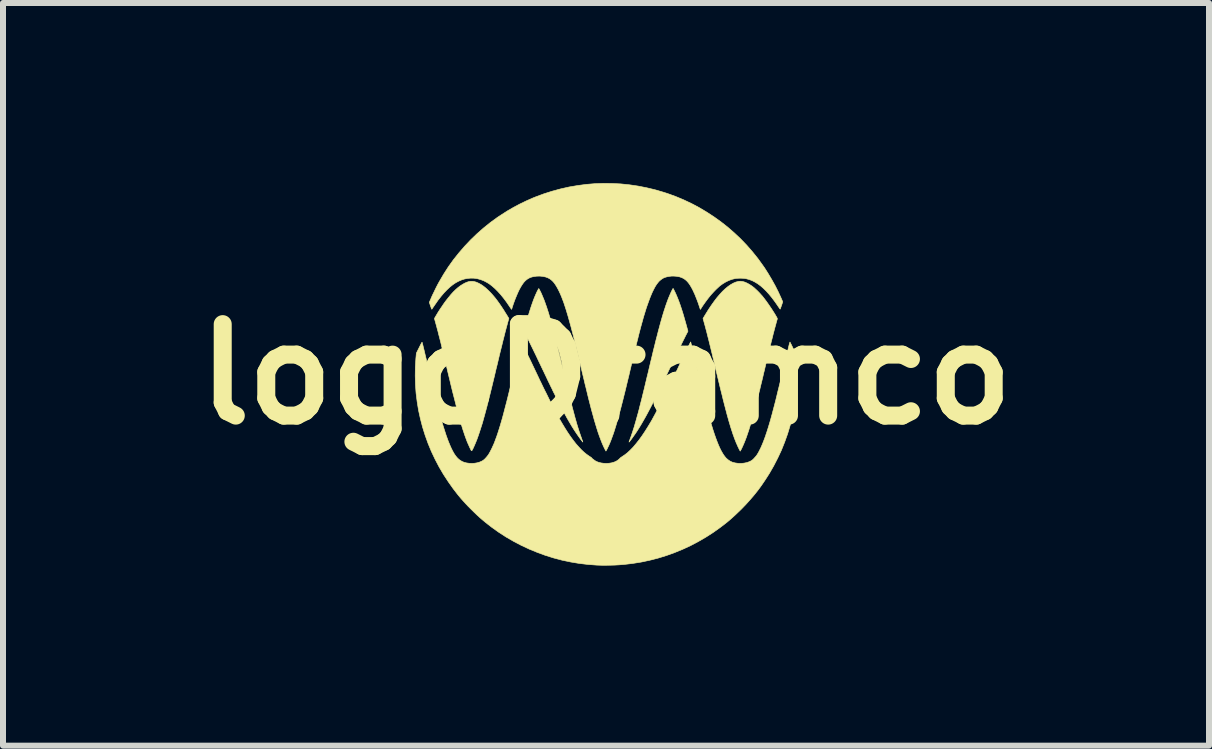
<source format=kicad_pcb>
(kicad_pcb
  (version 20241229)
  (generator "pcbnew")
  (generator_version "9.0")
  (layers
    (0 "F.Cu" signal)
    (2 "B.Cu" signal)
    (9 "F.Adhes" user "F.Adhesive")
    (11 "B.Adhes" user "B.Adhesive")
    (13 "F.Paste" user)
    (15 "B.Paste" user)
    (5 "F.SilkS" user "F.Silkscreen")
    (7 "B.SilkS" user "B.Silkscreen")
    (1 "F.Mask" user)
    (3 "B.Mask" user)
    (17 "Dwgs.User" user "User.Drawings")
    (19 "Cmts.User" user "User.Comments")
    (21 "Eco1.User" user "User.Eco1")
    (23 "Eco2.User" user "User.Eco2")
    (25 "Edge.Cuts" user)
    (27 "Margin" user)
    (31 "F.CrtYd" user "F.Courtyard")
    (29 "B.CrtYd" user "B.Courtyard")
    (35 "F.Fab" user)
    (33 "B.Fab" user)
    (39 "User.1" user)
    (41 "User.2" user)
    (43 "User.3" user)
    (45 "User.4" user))
  (footprint "logoDramco"
    (layer "F.Cu")
    (at 7.047 3.185)
    (property "Reference" "logoDramco" (at 0 0 0) (layer "F.SilkS") (effects (font (size 1.524 1.524) (thickness 0.3))))
    (attr through_hole)
    (fp_poly (pts (xy 1.122 -1.422) (xy 1.125 -1.416) (xy 1.131 -1.406) (xy 1.138 -1.391) (xy 1.146 -1.375) (xy 1.151 -1.365) (xy 1.171 -1.321) (xy 1.191 -1.273) (xy 1.212 -1.22) (xy 1.233 -1.162) (xy 1.254 -1.099) (xy 1.276 -1.031) (xy 1.298 -0.957) (xy 1.321 -0.876) (xy 1.338 -0.816) (xy 1.365 -0.717) (xy 1.322 -0.634) (xy 1.305 -0.599) (xy 1.285 -0.56) (xy 1.265 -0.519) (xy 1.242 -0.473) (xy 1.218 -0.423) (xy 1.192 -0.369) (xy 1.163 -0.31) (xy 1.133 -0.246) (xy 1.1 -0.177) (xy 1.064 -0.102) (xy 1.048 -0.069) (xy 1 0.032) (xy 0.954 0.128) (xy 0.91 0.218) (xy 0.869 0.302) (xy 0.83 0.382) (xy 0.792 0.456) (xy 0.756 0.526) (xy 0.722 0.591) (xy 0.689 0.653) (xy 0.658 0.71) (xy 0.627 0.764) (xy 0.598 0.815) (xy 0.57 0.862) (xy 0.542 0.907) (xy 0.515 0.95) (xy 0.488 0.99) (xy 0.461 1.028) (xy 0.435 1.065) (xy 0.421 1.084) (xy 0.407 1.102) (xy 0.397 1.115) (xy 0.39 1.124) (xy 0.385 1.129) (xy 0.383 1.13) (xy 0.383 1.129) (xy 0.384 1.126) (xy 0.386 1.121) (xy 0.39 1.11) (xy 0.395 1.096) (xy 0.401 1.078) (xy 0.408 1.06) (xy 0.42 1.026) (xy 0.432 0.991) (xy 0.444 0.955) (xy 0.456 0.917) (xy 0.469 0.878) (xy 0.481 0.836) (xy 0.494 0.792) (xy 0.507 0.745) (xy 0.521 0.695) (xy 0.536 0.642) (xy 0.551 0.585) (xy 0.566 0.524) (xy 0.583 0.458) (xy 0.601 0.388) (xy 0.619 0.313) (xy 0.639 0.233) (xy 0.659 0.148) (xy 0.681 0.056) (xy 0.705 -0.041) (xy 0.718 -0.098) (xy 0.743 -0.203) (xy 0.767 -0.302) (xy 0.789 -0.395) (xy 0.811 -0.482) (xy 0.831 -0.564) (xy 0.851 -0.64) (xy 0.869 -0.711) (xy 0.887 -0.778) (xy 0.904 -0.841) (xy 0.92 -0.899) (xy 0.936 -0.954) (xy 0.951 -1.005) (xy 0.966 -1.054) (xy 0.981 -1.099) (xy 0.995 -1.142) (xy 1.009 -1.182) (xy 1.023 -1.22) (xy 1.032 -1.245) (xy 1.043 -1.273) (xy 1.056 -1.303) (xy 1.068 -1.332) (xy 1.08 -1.359) (xy 1.091 -1.383) (xy 1.101 -1.402) (xy 1.106 -1.412) (xy 1.117 -1.43) (xy 1.122 -1.422)) (stroke (width 0.01) (type solid)) (fill yes) (layer "F.SilkS"))
    (fp_poly (pts (xy -1.119 -1.425) (xy -1.114 -1.418) (xy -1.107 -1.405) (xy -1.099 -1.389) (xy -1.089 -1.37) (xy -1.079 -1.349) (xy -1.069 -1.326) (xy -1.059 -1.302) (xy -1.049 -1.278) (xy -1.042 -1.262) (xy -1.029 -1.229) (xy -1.017 -1.196) (xy -1.005 -1.161) (xy -0.992 -1.126) (xy -0.98 -1.088) (xy -0.967 -1.049) (xy -0.954 -1.007) (xy -0.941 -0.962) (xy -0.927 -0.915) (xy -0.913 -0.865) (xy -0.898 -0.811) (xy -0.883 -0.753) (xy -0.867 -0.692) (xy -0.85 -0.626) (xy -0.832 -0.555) (xy -0.813 -0.479) (xy -0.794 -0.399) (xy -0.773 -0.312) (xy -0.75 -0.22) (xy -0.727 -0.122) (xy -0.708 -0.042) (xy -0.684 0.059) (xy -0.661 0.155) (xy -0.639 0.244) (xy -0.618 0.328) (xy -0.599 0.406) (xy -0.58 0.479) (xy -0.563 0.548) (xy -0.546 0.612) (xy -0.53 0.672) (xy -0.515 0.728) (xy -0.5 0.78) (xy -0.486 0.83) (xy -0.472 0.876) (xy -0.458 0.92) (xy -0.445 0.961) (xy -0.431 1.001) (xy -0.418 1.039) (xy -0.405 1.075) (xy -0.404 1.078) (xy -0.398 1.095) (xy -0.393 1.11) (xy -0.389 1.121) (xy -0.387 1.128) (xy -0.387 1.13) (xy -0.389 1.127) (xy -0.395 1.121) (xy -0.403 1.11) (xy -0.413 1.097) (xy -0.424 1.083) (xy -0.46 1.033) (xy -0.496 0.981) (xy -0.533 0.925) (xy -0.57 0.866) (xy -0.608 0.802) (xy -0.647 0.735) (xy -0.687 0.662) (xy -0.729 0.585) (xy -0.772 0.502) (xy -0.817 0.413) (xy -0.841 0.364) (xy -0.856 0.334) (xy -0.871 0.305) (xy -0.885 0.277) (xy -0.898 0.248) (xy -0.912 0.22) (xy -0.927 0.19) (xy -0.942 0.158) (xy -0.959 0.124) (xy -0.976 0.088) (xy -0.995 0.047) (xy -1.016 0.003) (xy -1.039 -0.045) (xy -1.065 -0.099) (xy -1.085 -0.141) (xy -1.124 -0.222) (xy -1.16 -0.299) (xy -1.195 -0.371) (xy -1.227 -0.437) (xy -1.257 -0.498) (xy -1.284 -0.553) (xy -1.309 -0.602) (xy -1.318 -0.619) (xy -1.368 -0.718) (xy -1.35 -0.785) (xy -1.325 -0.874) (xy -1.301 -0.956) (xy -1.278 -1.032) (xy -1.256 -1.102) (xy -1.234 -1.167) (xy -1.213 -1.226) (xy -1.192 -1.28) (xy -1.171 -1.329) (xy -1.151 -1.373) (xy -1.145 -1.385) (xy -1.137 -1.4) (xy -1.13 -1.413) (xy -1.125 -1.422) (xy -1.122 -1.427) (xy -1.121 -1.427) (xy -1.119 -1.425)) (stroke (width 0.01) (type solid)) (fill yes) (layer "F.SilkS"))
    (fp_poly (pts (xy -2.193 -1.543) (xy -2.159 -1.533) (xy -2.124 -1.517) (xy -2.085 -1.496) (xy -2.08 -1.493) (xy -2.045 -1.469) (xy -2.008 -1.44) (xy -1.97 -1.405) (xy -1.93 -1.366) (xy -1.89 -1.322) (xy -1.849 -1.274) (xy -1.81 -1.223) (xy -1.795 -1.202) (xy -1.775 -1.174) (xy -1.753 -1.142) (xy -1.729 -1.106) (xy -1.704 -1.068) (xy -1.681 -1.03) (xy -1.658 -0.994) (xy -1.655 -0.989) (xy -1.619 -0.93) (xy -1.646 -0.831) (xy -1.657 -0.79) (xy -1.67 -0.742) (xy -1.684 -0.688) (xy -1.699 -0.628) (xy -1.716 -0.562) (xy -1.733 -0.492) (xy -1.752 -0.416) (xy -1.772 -0.336) (xy -1.792 -0.251) (xy -1.813 -0.162) (xy -1.836 -0.07) (xy -1.836 -0.069) (xy -1.858 0.026) (xy -1.88 0.116) (xy -1.9 0.199) (xy -1.919 0.277) (xy -1.937 0.35) (xy -1.954 0.418) (xy -1.97 0.481) (xy -1.985 0.54) (xy -2 0.596) (xy -2.014 0.648) (xy -2.027 0.696) (xy -2.04 0.742) (xy -2.052 0.786) (xy -2.064 0.827) (xy -2.077 0.867) (xy -2.089 0.905) (xy -2.101 0.942) (xy -2.104 0.952) (xy -2.128 1.023) (xy -2.151 1.087) (xy -2.174 1.144) (xy -2.196 1.195) (xy -2.216 1.239) (xy -2.225 1.255) (xy -2.231 1.267) (xy -2.236 1.274) (xy -2.24 1.275) (xy -2.245 1.271) (xy -2.251 1.262) (xy -2.258 1.246) (xy -2.267 1.229) (xy -2.281 1.198) (xy -2.296 1.165) (xy -2.311 1.131) (xy -2.325 1.094) (xy -2.34 1.054) (xy -2.355 1.012) (xy -2.37 0.967) (xy -2.386 0.919) (xy -2.402 0.867) (xy -2.419 0.812) (xy -2.436 0.752) (xy -2.453 0.689) (xy -2.472 0.62) (xy -2.491 0.547) (xy -2.511 0.469) (xy -2.532 0.386) (xy -2.555 0.297) (xy -2.578 0.203) (xy -2.602 0.102) (xy -2.628 -0.005) (xy -2.637 -0.042) (xy -2.657 -0.128) (xy -2.676 -0.208) (xy -2.694 -0.281) (xy -2.71 -0.35) (xy -2.726 -0.413) (xy -2.74 -0.472) (xy -2.753 -0.527) (xy -2.766 -0.578) (xy -2.778 -0.625) (xy -2.79 -0.67) (xy -2.8 -0.712) (xy -2.811 -0.752) (xy -2.821 -0.79) (xy -2.831 -0.827) (xy -2.841 -0.863) (xy -2.842 -0.866) (xy -2.859 -0.928) (xy -2.851 -0.943) (xy -2.838 -0.966) (xy -2.821 -0.994) (xy -2.802 -1.026) (xy -2.781 -1.059) (xy -2.759 -1.093) (xy -2.736 -1.126) (xy -2.715 -1.158) (xy -2.694 -1.188) (xy -2.676 -1.213) (xy -2.67 -1.221) (xy -2.626 -1.277) (xy -2.584 -1.328) (xy -2.544 -1.372) (xy -2.504 -1.411) (xy -2.465 -1.445) (xy -2.425 -1.475) (xy -2.385 -1.5) (xy -2.355 -1.517) (xy -2.321 -1.532) (xy -2.288 -1.543) (xy -2.256 -1.548) (xy -2.225 -1.548) (xy -2.193 -1.543)) (stroke (width 0.01) (type solid)) (fill yes) (layer "F.SilkS"))
    (fp_poly (pts (xy 2.276 -1.545) (xy 2.311 -1.535) (xy 2.348 -1.519) (xy 2.387 -1.498) (xy 2.427 -1.472) (xy 2.457 -1.449) (xy 2.473 -1.436) (xy 2.492 -1.418) (xy 2.514 -1.398) (xy 2.536 -1.376) (xy 2.558 -1.353) (xy 2.578 -1.331) (xy 2.596 -1.311) (xy 2.601 -1.306) (xy 2.638 -1.259) (xy 2.677 -1.207) (xy 2.716 -1.151) (xy 2.756 -1.092) (xy 2.796 -1.03) (xy 2.82 -0.991) (xy 2.832 -0.97) (xy 2.841 -0.955) (xy 2.847 -0.944) (xy 2.851 -0.935) (xy 2.853 -0.929) (xy 2.854 -0.925) (xy 2.853 -0.921) (xy 2.853 -0.918) (xy 2.84 -0.874) (xy 2.828 -0.828) (xy 2.814 -0.778) (xy 2.8 -0.725) (xy 2.785 -0.668) (xy 2.77 -0.607) (xy 2.753 -0.541) (xy 2.736 -0.47) (xy 2.717 -0.394) (xy 2.697 -0.313) (xy 2.676 -0.225) (xy 2.654 -0.132) (xy 2.652 -0.124) (xy 2.639 -0.067) (xy 2.626 -0.016) (xy 2.616 0.029) (xy 2.606 0.07) (xy 2.598 0.105) (xy 2.59 0.137) (xy 2.583 0.165) (xy 2.577 0.189) (xy 2.572 0.211) (xy 2.567 0.232) (xy 2.563 0.25) (xy 2.559 0.267) (xy 2.554 0.284) (xy 2.55 0.301) (xy 2.546 0.318) (xy 2.542 0.336) (xy 2.537 0.355) (xy 2.532 0.376) (xy 2.528 0.39) (xy 2.504 0.486) (xy 2.481 0.575) (xy 2.458 0.658) (xy 2.437 0.736) (xy 2.416 0.808) (xy 2.396 0.875) (xy 2.377 0.937) (xy 2.357 0.995) (xy 2.339 1.048) (xy 2.32 1.098) (xy 2.302 1.143) (xy 2.292 1.166) (xy 2.282 1.189) (xy 2.271 1.213) (xy 2.261 1.235) (xy 2.252 1.253) (xy 2.244 1.266) (xy 2.236 1.281) (xy 2.227 1.266) (xy 2.219 1.252) (xy 2.21 1.232) (xy 2.199 1.21) (xy 2.188 1.185) (xy 2.177 1.16) (xy 2.166 1.136) (xy 2.164 1.129) (xy 2.151 1.097) (xy 2.138 1.064) (xy 2.126 1.029) (xy 2.113 0.994) (xy 2.101 0.956) (xy 2.088 0.917) (xy 2.075 0.876) (xy 2.062 0.832) (xy 2.048 0.785) (xy 2.034 0.735) (xy 2.019 0.682) (xy 2.004 0.625) (xy 1.988 0.564) (xy 1.971 0.499) (xy 1.953 0.429) (xy 1.935 0.354) (xy 1.915 0.275) (xy 1.894 0.19) (xy 1.872 0.099) (xy 1.849 0.002) (xy 1.824 -0.101) (xy 1.822 -0.112) (xy 1.801 -0.2) (xy 1.781 -0.282) (xy 1.763 -0.358) (xy 1.746 -0.428) (xy 1.73 -0.493) (xy 1.715 -0.554) (xy 1.701 -0.609) (xy 1.688 -0.661) (xy 1.676 -0.709) (xy 1.664 -0.753) (xy 1.653 -0.795) (xy 1.643 -0.831) (xy 1.616 -0.929) (xy 1.652 -0.989) (xy 1.702 -1.07) (xy 1.752 -1.145) (xy 1.801 -1.214) (xy 1.849 -1.277) (xy 1.897 -1.333) (xy 1.943 -1.383) (xy 1.989 -1.426) (xy 2.034 -1.463) (xy 2.079 -1.494) (xy 2.122 -1.518) (xy 2.164 -1.536) (xy 2.205 -1.546) (xy 2.213 -1.548) (xy 2.243 -1.549) (xy 2.276 -1.545)) (stroke (width 0.01) (type solid)) (fill yes) (layer "F.SilkS"))
    (fp_poly (pts (xy 0.103 -3.178) (xy 0.247 -3.171) (xy 0.391 -3.156) (xy 0.534 -3.135) (xy 0.676 -3.107) (xy 0.818 -3.073) (xy 0.958 -3.032) (xy 1.024 -3.011) (xy 1.161 -2.961) (xy 1.295 -2.905) (xy 1.426 -2.843) (xy 1.554 -2.775) (xy 1.678 -2.701) (xy 1.799 -2.622) (xy 1.916 -2.538) (xy 2.029 -2.449) (xy 2.138 -2.354) (xy 2.243 -2.255) (xy 2.343 -2.151) (xy 2.438 -2.042) (xy 2.529 -1.929) (xy 2.614 -1.811) (xy 2.646 -1.765) (xy 2.706 -1.67) (xy 2.764 -1.572) (xy 2.819 -1.473) (xy 2.869 -1.374) (xy 2.914 -1.276) (xy 2.923 -1.256) (xy 2.944 -1.206) (xy 2.924 -1.146) (xy 2.917 -1.127) (xy 2.911 -1.11) (xy 2.907 -1.097) (xy 2.903 -1.088) (xy 2.901 -1.085) (xy 2.901 -1.085) (xy 2.899 -1.087) (xy 2.893 -1.094) (xy 2.885 -1.105) (xy 2.875 -1.12) (xy 2.863 -1.137) (xy 2.861 -1.141) (xy 2.811 -1.212) (xy 2.763 -1.276) (xy 2.715 -1.334) (xy 2.668 -1.386) (xy 2.621 -1.432) (xy 2.575 -1.472) (xy 2.528 -1.507) (xy 2.482 -1.535) (xy 2.435 -1.559) (xy 2.388 -1.577) (xy 2.34 -1.59) (xy 2.322 -1.594) (xy 2.296 -1.597) (xy 2.267 -1.599) (xy 2.236 -1.6) (xy 2.205 -1.599) (xy 2.176 -1.597) (xy 2.152 -1.594) (xy 2.152 -1.594) (xy 2.098 -1.581) (xy 2.046 -1.562) (xy 1.996 -1.538) (xy 1.945 -1.507) (xy 1.903 -1.477) (xy 1.886 -1.463) (xy 1.866 -1.444) (xy 1.843 -1.423) (xy 1.819 -1.399) (xy 1.795 -1.374) (xy 1.771 -1.348) (xy 1.749 -1.324) (xy 1.73 -1.301) (xy 1.727 -1.297) (xy 1.703 -1.267) (xy 1.678 -1.234) (xy 1.653 -1.2) (xy 1.629 -1.166) (xy 1.608 -1.136) (xy 1.594 -1.114) (xy 1.586 -1.101) (xy 1.579 -1.09) (xy 1.574 -1.083) (xy 1.571 -1.08) (xy 1.57 -1.083) (xy 1.567 -1.092) (xy 1.563 -1.103) (xy 1.56 -1.112) (xy 1.547 -1.152) (xy 1.532 -1.196) (xy 1.515 -1.241) (xy 1.497 -1.286) (xy 1.48 -1.329) (xy 1.462 -1.368) (xy 1.446 -1.402) (xy 1.446 -1.403) (xy 1.421 -1.449) (xy 1.397 -1.489) (xy 1.372 -1.524) (xy 1.347 -1.552) (xy 1.32 -1.576) (xy 1.292 -1.595) (xy 1.261 -1.61) (xy 1.227 -1.622) (xy 1.19 -1.629) (xy 1.171 -1.632) (xy 1.131 -1.635) (xy 1.091 -1.635) (xy 1.051 -1.63) (xy 1.014 -1.623) (xy 0.98 -1.613) (xy 0.957 -1.603) (xy 0.932 -1.588) (xy 0.908 -1.57) (xy 0.884 -1.549) (xy 0.862 -1.523) (xy 0.839 -1.492) (xy 0.817 -1.457) (xy 0.796 -1.417) (xy 0.773 -1.371) (xy 0.751 -1.32) (xy 0.728 -1.263) (xy 0.706 -1.203) (xy 0.694 -1.169) (xy 0.681 -1.133) (xy 0.669 -1.097) (xy 0.657 -1.059) (xy 0.645 -1.019) (xy 0.632 -0.977) (xy 0.619 -0.933) (xy 0.606 -0.885) (xy 0.592 -0.835) (xy 0.577 -0.781) (xy 0.562 -0.723) (xy 0.546 -0.662) (xy 0.53 -0.596) (xy 0.512 -0.525) (xy 0.493 -0.449) (xy 0.474 -0.368) (xy 0.453 -0.282) (xy 0.43 -0.189) (xy 0.407 -0.09) (xy 0.406 -0.088) (xy 0.382 0.016) (xy 0.358 0.114) (xy 0.336 0.206) (xy 0.315 0.292) (xy 0.295 0.372) (xy 0.276 0.448) (xy 0.258 0.518) (xy 0.241 0.584) (xy 0.224 0.646) (xy 0.209 0.704) (xy 0.194 0.758) (xy 0.179 0.808) (xy 0.165 0.856) (xy 0.151 0.901) (xy 0.138 0.943) (xy 0.125 0.983) (xy 0.111 1.021) (xy 0.098 1.057) (xy 0.085 1.092) (xy 0.072 1.126) (xy 0.069 1.132) (xy 0.064 1.146) (xy 0.056 1.163) (xy 0.048 1.182) (xy 0.039 1.201) (xy 0.029 1.221) (xy 0.021 1.239) (xy 0.013 1.255) (xy 0.006 1.268) (xy 0.001 1.276) (xy -0.002 1.28) (xy -0.002 1.28) (xy -0.004 1.277) (xy -0.008 1.269) (xy -0.015 1.257) (xy -0.022 1.242) (xy -0.03 1.227) (xy -0.05 1.184) (xy -0.07 1.137) (xy -0.09 1.086) (xy -0.111 1.03) (xy -0.132 0.97) (xy -0.153 0.904) (xy -0.175 0.832) (xy -0.198 0.754) (xy -0.202 0.74) (xy -0.212 0.703) (xy -0.222 0.666) (xy -0.233 0.627) (xy -0.244 0.587) (xy -0.255 0.545) (xy -0.266 0.501) (xy -0.278 0.454) (xy -0.291 0.404) (xy -0.304 0.35) (xy -0.318 0.292) (xy -0.333 0.23) (xy -0.35 0.163) (xy -0.367 0.09) (xy -0.386 0.012) (xy -0.406 -0.072) (xy -0.408 -0.081) (xy -0.434 -0.19) (xy -0.459 -0.293) (xy -0.482 -0.39) (xy -0.505 -0.481) (xy -0.526 -0.566) (xy -0.546 -0.646) (xy -0.566 -0.721) (xy -0.584 -0.791) (xy -0.602 -0.856) (xy -0.619 -0.917) (xy -0.635 -0.974) (xy -0.651 -1.027) (xy -0.666 -1.077) (xy -0.681 -1.123) (xy -0.695 -1.166) (xy -0.709 -1.207) (xy -0.724 -1.245) (xy -0.737 -1.28) (xy -0.751 -1.314) (xy -0.765 -1.346) (xy -0.779 -1.376) (xy -0.789 -1.397) (xy -0.814 -1.444) (xy -0.838 -1.484) (xy -0.862 -1.519) (xy -0.887 -1.548) (xy -0.913 -1.572) (xy -0.941 -1.592) (xy -0.971 -1.607) (xy -1.003 -1.619) (xy -1.006 -1.62) (xy -1.053 -1.63) (xy -1.103 -1.635) (xy -1.154 -1.634) (xy -1.204 -1.627) (xy -1.228 -1.622) (xy -1.261 -1.612) (xy -1.29 -1.598) (xy -1.318 -1.58) (xy -1.345 -1.557) (xy -1.37 -1.53) (xy -1.394 -1.497) (xy -1.418 -1.459) (xy -1.443 -1.414) (xy -1.453 -1.394) (xy -1.472 -1.353) (xy -1.491 -1.308) (xy -1.511 -1.26) (xy -1.529 -1.212) (xy -1.546 -1.165) (xy -1.56 -1.121) (xy -1.565 -1.107) (xy -1.568 -1.094) (xy -1.572 -1.085) (xy -1.574 -1.081) (xy -1.574 -1.081) (xy -1.577 -1.083) (xy -1.582 -1.091) (xy -1.59 -1.103) (xy -1.6 -1.117) (xy -1.611 -1.134) (xy -1.612 -1.135) (xy -1.659 -1.204) (xy -1.707 -1.268) (xy -1.755 -1.327) (xy -1.803 -1.38) (xy -1.851 -1.428) (xy -1.898 -1.469) (xy -1.945 -1.505) (xy -1.982 -1.528) (xy -2.035 -1.556) (xy -2.09 -1.577) (xy -2.145 -1.592) (xy -2.201 -1.6) (xy -2.257 -1.601) (xy -2.315 -1.595) (xy -2.356 -1.587) (xy -2.405 -1.572) (xy -2.454 -1.551) (xy -2.503 -1.525) (xy -2.552 -1.492) (xy -2.601 -1.453) (xy -2.65 -1.407) (xy -2.699 -1.356) (xy -2.749 -1.297) (xy -2.799 -1.233) (xy -2.849 -1.161) (xy -2.863 -1.141) (xy -2.874 -1.124) (xy -2.885 -1.109) (xy -2.893 -1.096) (xy -2.899 -1.087) (xy -2.902 -1.083) (xy -2.902 -1.083) (xy -2.904 -1.085) (xy -2.908 -1.092) (xy -2.913 -1.105) (xy -2.918 -1.12) (xy -2.925 -1.139) (xy -2.944 -1.198) (xy -2.917 -1.26) (xy -2.904 -1.291) (xy -2.888 -1.326) (xy -2.869 -1.364) (xy -2.85 -1.404) (xy -2.831 -1.443) (xy -2.812 -1.48) (xy -2.794 -1.514) (xy -2.78 -1.539) (xy -2.706 -1.666) (xy -2.627 -1.789) (xy -2.542 -1.908) (xy -2.451 -2.022) (xy -2.356 -2.132) (xy -2.256 -2.238) (xy -2.151 -2.339) (xy -2.042 -2.435) (xy -1.928 -2.527) (xy -1.81 -2.613) (xy -1.749 -2.653) (xy -1.645 -2.72) (xy -1.541 -2.78) (xy -1.436 -2.836) (xy -1.328 -2.888) (xy -1.217 -2.937) (xy -1.172 -2.955) (xy -1.035 -3.006) (xy -0.896 -3.05) (xy -0.756 -3.088) (xy -0.614 -3.12) (xy -0.472 -3.144) (xy -0.329 -3.163) (xy -0.185 -3.175) (xy -0.041 -3.18) (xy 0.103 -3.178)) (stroke (width 0.01) (type solid)) (fill yes) (layer "F.SilkS"))
    (fp_poly (pts (xy 1.412 -0.534) (xy 1.414 -0.524) (xy 1.418 -0.508) (xy 1.424 -0.487) (xy 1.43 -0.46) (xy 1.438 -0.428) (xy 1.447 -0.392) (xy 1.457 -0.351) (xy 1.468 -0.307) (xy 1.479 -0.259) (xy 1.491 -0.207) (xy 1.505 -0.152) (xy 1.518 -0.095) (xy 1.521 -0.085) (xy 1.541 0.002) (xy 1.56 0.081) (xy 1.578 0.156) (xy 1.594 0.224) (xy 1.61 0.288) (xy 1.624 0.346) (xy 1.638 0.401) (xy 1.65 0.451) (xy 1.662 0.497) (xy 1.673 0.541) (xy 1.684 0.581) (xy 1.694 0.619) (xy 1.703 0.655) (xy 1.707 0.667) (xy 1.732 0.759) (xy 1.757 0.844) (xy 1.781 0.923) (xy 1.805 0.996) (xy 1.828 1.062) (xy 1.851 1.123) (xy 1.873 1.178) (xy 1.895 1.228) (xy 1.917 1.272) (xy 1.939 1.311) (xy 1.96 1.345) (xy 1.982 1.374) (xy 2.003 1.399) (xy 2.011 1.406) (xy 2.041 1.431) (xy 2.072 1.451) (xy 2.106 1.466) (xy 2.144 1.476) (xy 2.153 1.478) (xy 2.203 1.485) (xy 2.252 1.486) (xy 2.3 1.481) (xy 2.346 1.472) (xy 2.388 1.457) (xy 2.401 1.451) (xy 2.416 1.443) (xy 2.429 1.435) (xy 2.441 1.426) (xy 2.454 1.414) (xy 2.464 1.404) (xy 2.48 1.386) (xy 2.497 1.367) (xy 2.512 1.348) (xy 2.516 1.341) (xy 2.536 1.309) (xy 2.556 1.271) (xy 2.578 1.227) (xy 2.599 1.179) (xy 2.621 1.126) (xy 2.642 1.07) (xy 2.663 1.012) (xy 2.663 1.009) (xy 2.676 0.972) (xy 2.688 0.934) (xy 2.701 0.894) (xy 2.713 0.854) (xy 2.726 0.811) (xy 2.739 0.766) (xy 2.752 0.719) (xy 2.766 0.668) (xy 2.78 0.615) (xy 2.795 0.558) (xy 2.811 0.497) (xy 2.828 0.431) (xy 2.845 0.361) (xy 2.863 0.286) (xy 2.883 0.206) (xy 2.904 0.119) (xy 2.926 0.027) (xy 2.94 -0.032) (xy 2.957 -0.104) (xy 2.973 -0.17) (xy 2.987 -0.23) (xy 3 -0.283) (xy 3.011 -0.331) (xy 3.022 -0.373) (xy 3.031 -0.41) (xy 3.039 -0.442) (xy 3.045 -0.469) (xy 3.051 -0.491) (xy 3.055 -0.508) (xy 3.059 -0.521) (xy 3.062 -0.53) (xy 3.064 -0.535) (xy 3.065 -0.536) (xy 3.065 -0.536) (xy 3.067 -0.533) (xy 3.071 -0.524) (xy 3.078 -0.51) (xy 3.087 -0.493) (xy 3.097 -0.472) (xy 3.108 -0.449) (xy 3.115 -0.435) (xy 3.163 -0.337) (xy 3.168 -0.286) (xy 3.179 -0.143) (xy 3.183 -0.000199) (xy 3.18 0.143) (xy 3.171 0.281) (xy 3.155 0.427) (xy 3.132 0.571) (xy 3.103 0.714) (xy 3.067 0.855) (xy 3.025 0.994) (xy 2.976 1.131) (xy 2.922 1.266) (xy 2.86 1.398) (xy 2.793 1.528) (xy 2.72 1.655) (xy 2.65 1.764) (xy 2.591 1.851) (xy 2.531 1.933) (xy 2.468 2.012) (xy 2.403 2.088) (xy 2.334 2.165) (xy 2.26 2.242) (xy 2.251 2.251) (xy 2.201 2.299) (xy 2.154 2.344) (xy 2.109 2.385) (xy 2.065 2.424) (xy 2.02 2.462) (xy 1.972 2.5) (xy 1.922 2.538) (xy 1.905 2.551) (xy 1.786 2.636) (xy 1.663 2.715) (xy 1.537 2.788) (xy 1.408 2.856) (xy 1.276 2.917) (xy 1.142 2.972) (xy 1.006 3.021) (xy 0.867 3.064) (xy 0.726 3.1) (xy 0.584 3.13) (xy 0.44 3.153) (xy 0.295 3.17) (xy 0.281 3.171) (xy 0.216 3.176) (xy 0.146 3.18) (xy 0.074 3.182) (xy 0.002 3.183) (xy -0.069 3.183) (xy -0.136 3.181) (xy -0.159 3.18) (xy -0.304 3.169) (xy -0.448 3.152) (xy -0.591 3.128) (xy -0.733 3.098) (xy -0.873 3.061) (xy -1.011 3.018) (xy -1.147 2.968) (xy -1.281 2.913) (xy -1.413 2.851) (xy -1.541 2.784) (xy -1.667 2.711) (xy -1.789 2.632) (xy -1.908 2.547) (xy -1.91 2.545) (xy -1.962 2.505) (xy -2.01 2.467) (xy -2.056 2.429) (xy -2.101 2.39) (xy -2.146 2.349) (xy -2.192 2.305) (xy -2.241 2.257) (xy -2.247 2.251) (xy -2.296 2.202) (xy -2.34 2.155) (xy -2.38 2.111) (xy -2.419 2.067) (xy -2.457 2.022) (xy -2.494 1.975) (xy -2.532 1.925) (xy -2.542 1.913) (xy -2.627 1.793) (xy -2.707 1.671) (xy -2.781 1.545) (xy -2.848 1.417) (xy -2.91 1.286) (xy -2.965 1.153) (xy -3.014 1.017) (xy -3.057 0.88) (xy -3.093 0.741) (xy -3.124 0.6) (xy -3.147 0.458) (xy -3.165 0.315) (xy -3.175 0.171) (xy -3.179 0.026) (xy -3.177 -0.119) (xy -3.168 -0.265) (xy -3.165 -0.296) (xy -3.16 -0.351) (xy -3.113 -0.445) (xy -3.099 -0.473) (xy -3.088 -0.495) (xy -3.079 -0.512) (xy -3.073 -0.523) (xy -3.068 -0.53) (xy -3.065 -0.533) (xy -3.064 -0.533) (xy -3.063 -0.528) (xy -3.06 -0.516) (xy -3.055 -0.498) (xy -3.049 -0.474) (xy -3.042 -0.444) (xy -3.033 -0.408) (xy -3.023 -0.366) (xy -3.012 -0.318) (xy -2.999 -0.265) (xy -2.985 -0.207) (xy -2.97 -0.143) (xy -2.953 -0.075) (xy -2.948 -0.051) (xy -2.922 0.056) (xy -2.898 0.158) (xy -2.875 0.253) (xy -2.853 0.342) (xy -2.832 0.426) (xy -2.812 0.505) (xy -2.793 0.578) (xy -2.774 0.647) (xy -2.757 0.712) (xy -2.74 0.772) (xy -2.724 0.828) (xy -2.708 0.881) (xy -2.692 0.93) (xy -2.677 0.977) (xy -2.663 1.02) (xy -2.648 1.061) (xy -2.634 1.1) (xy -2.62 1.136) (xy -2.605 1.171) (xy -2.6 1.184) (xy -2.576 1.238) (xy -2.552 1.285) (xy -2.528 1.327) (xy -2.503 1.363) (xy -2.478 1.393) (xy -2.451 1.419) (xy -2.423 1.439) (xy -2.393 1.456) (xy -2.362 1.468) (xy -2.327 1.477) (xy -2.323 1.478) (xy -2.279 1.484) (xy -2.234 1.486) (xy -2.19 1.483) (xy -2.148 1.476) (xy -2.109 1.465) (xy -2.074 1.45) (xy -2.057 1.441) (xy -2.037 1.427) (xy -2.016 1.408) (xy -1.995 1.385) (xy -1.975 1.361) (xy -1.957 1.337) (xy -1.945 1.316) (xy -1.931 1.291) (xy -1.916 1.262) (xy -1.9 1.23) (xy -1.885 1.197) (xy -1.87 1.164) (xy -1.858 1.135) (xy -1.84 1.086) (xy -1.821 1.035) (xy -1.802 0.979) (xy -1.783 0.919) (xy -1.763 0.855) (xy -1.743 0.787) (xy -1.722 0.713) (xy -1.701 0.634) (xy -1.679 0.549) (xy -1.655 0.458) (xy -1.632 0.366) (xy -1.623 0.329) (xy -1.614 0.293) (xy -1.606 0.259) (xy -1.598 0.227) (xy -1.59 0.197) (xy -1.584 0.172) (xy -1.579 0.151) (xy -1.575 0.135) (xy -1.573 0.129) (xy -1.57 0.117) (xy -1.566 0.1) (xy -1.561 0.077) (xy -1.554 0.051) (xy -1.547 0.02) (xy -1.539 -0.014) (xy -1.53 -0.05) (xy -1.521 -0.087) (xy -1.512 -0.126) (xy -1.511 -0.13) (xy -1.495 -0.196) (xy -1.481 -0.256) (xy -1.468 -0.309) (xy -1.457 -0.356) (xy -1.447 -0.398) (xy -1.438 -0.433) (xy -1.431 -0.463) (xy -1.425 -0.487) (xy -1.42 -0.506) (xy -1.417 -0.52) (xy -1.414 -0.529) (xy -1.413 -0.533) (xy -1.412 -0.533) (xy -1.41 -0.532) (xy -1.408 -0.529) (xy -1.404 -0.523) (xy -1.4 -0.515) (xy -1.394 -0.504) (xy -1.387 -0.491) (xy -1.379 -0.474) (xy -1.368 -0.454) (xy -1.357 -0.43) (xy -1.343 -0.403) (xy -1.328 -0.371) (xy -1.311 -0.335) (xy -1.291 -0.294) (xy -1.269 -0.249) (xy -1.245 -0.199) (xy -1.219 -0.144) (xy -1.19 -0.083) (xy -1.158 -0.016) (xy -1.124 0.056) (xy -1.106 0.095) (xy -1.085 0.137) (xy -1.064 0.181) (xy -1.042 0.227) (xy -1.019 0.273) (xy -0.995 0.32) (xy -0.972 0.367) (xy -0.95 0.412) (xy -0.928 0.456) (xy -0.907 0.497) (xy -0.888 0.534) (xy -0.871 0.568) (xy -0.856 0.597) (xy -0.844 0.62) (xy -0.843 0.621) (xy -0.791 0.717) (xy -0.739 0.807) (xy -0.689 0.89) (xy -0.641 0.966) (xy -0.593 1.037) (xy -0.546 1.101) (xy -0.5 1.16) (xy -0.454 1.212) (xy -0.41 1.259) (xy -0.366 1.3) (xy -0.323 1.335) (xy -0.28 1.365) (xy -0.269 1.372) (xy -0.257 1.38) (xy -0.247 1.386) (xy -0.242 1.391) (xy -0.24 1.392) (xy -0.238 1.397) (xy -0.231 1.404) (xy -0.22 1.413) (xy -0.207 1.423) (xy -0.193 1.433) (xy -0.18 1.442) (xy -0.167 1.45) (xy -0.161 1.453) (xy -0.123 1.468) (xy -0.082 1.478) (xy -0.038 1.484) (xy 0.007 1.486) (xy 0.052 1.483) (xy 0.095 1.476) (xy 0.135 1.464) (xy 0.157 1.455) (xy 0.176 1.445) (xy 0.195 1.433) (xy 0.213 1.419) (xy 0.226 1.407) (xy 0.231 1.401) (xy 0.238 1.394) (xy 0.249 1.385) (xy 0.262 1.377) (xy 0.264 1.375) (xy 0.309 1.345) (xy 0.356 1.309) (xy 0.403 1.265) (xy 0.451 1.216) (xy 0.499 1.159) (xy 0.549 1.096) (xy 0.599 1.027) (xy 0.65 0.951) (xy 0.702 0.868) (xy 0.755 0.78) (xy 0.764 0.764) (xy 0.791 0.714) (xy 0.821 0.659) (xy 0.853 0.599) (xy 0.887 0.535) (xy 0.922 0.466) (xy 0.959 0.394) (xy 0.996 0.32) (xy 1.033 0.243) (xy 1.071 0.165) (xy 1.097 0.112) (xy 1.133 0.035) (xy 1.167 -0.036) (xy 1.198 -0.101) (xy 1.226 -0.161) (xy 1.252 -0.215) (xy 1.276 -0.264) (xy 1.297 -0.308) (xy 1.316 -0.348) (xy 1.333 -0.383) (xy 1.348 -0.415) (xy 1.361 -0.442) (xy 1.372 -0.465) (xy 1.382 -0.484) (xy 1.39 -0.501) (xy 1.397 -0.513) (xy 1.402 -0.523) (xy 1.406 -0.531) (xy 1.408 -0.535) (xy 1.41 -0.538) (xy 1.41 -0.538) (xy 1.412 -0.534)) (stroke (width 0.01) (type solid)) (fill yes) (layer "F.SilkS")))
  (gr_rect
    (start -3 -3)
    (end 17.093 9.373)
    (stroke (width 0.1) (type default))
    (fill no)
    (layer "Edge.Cuts")))
</source>
